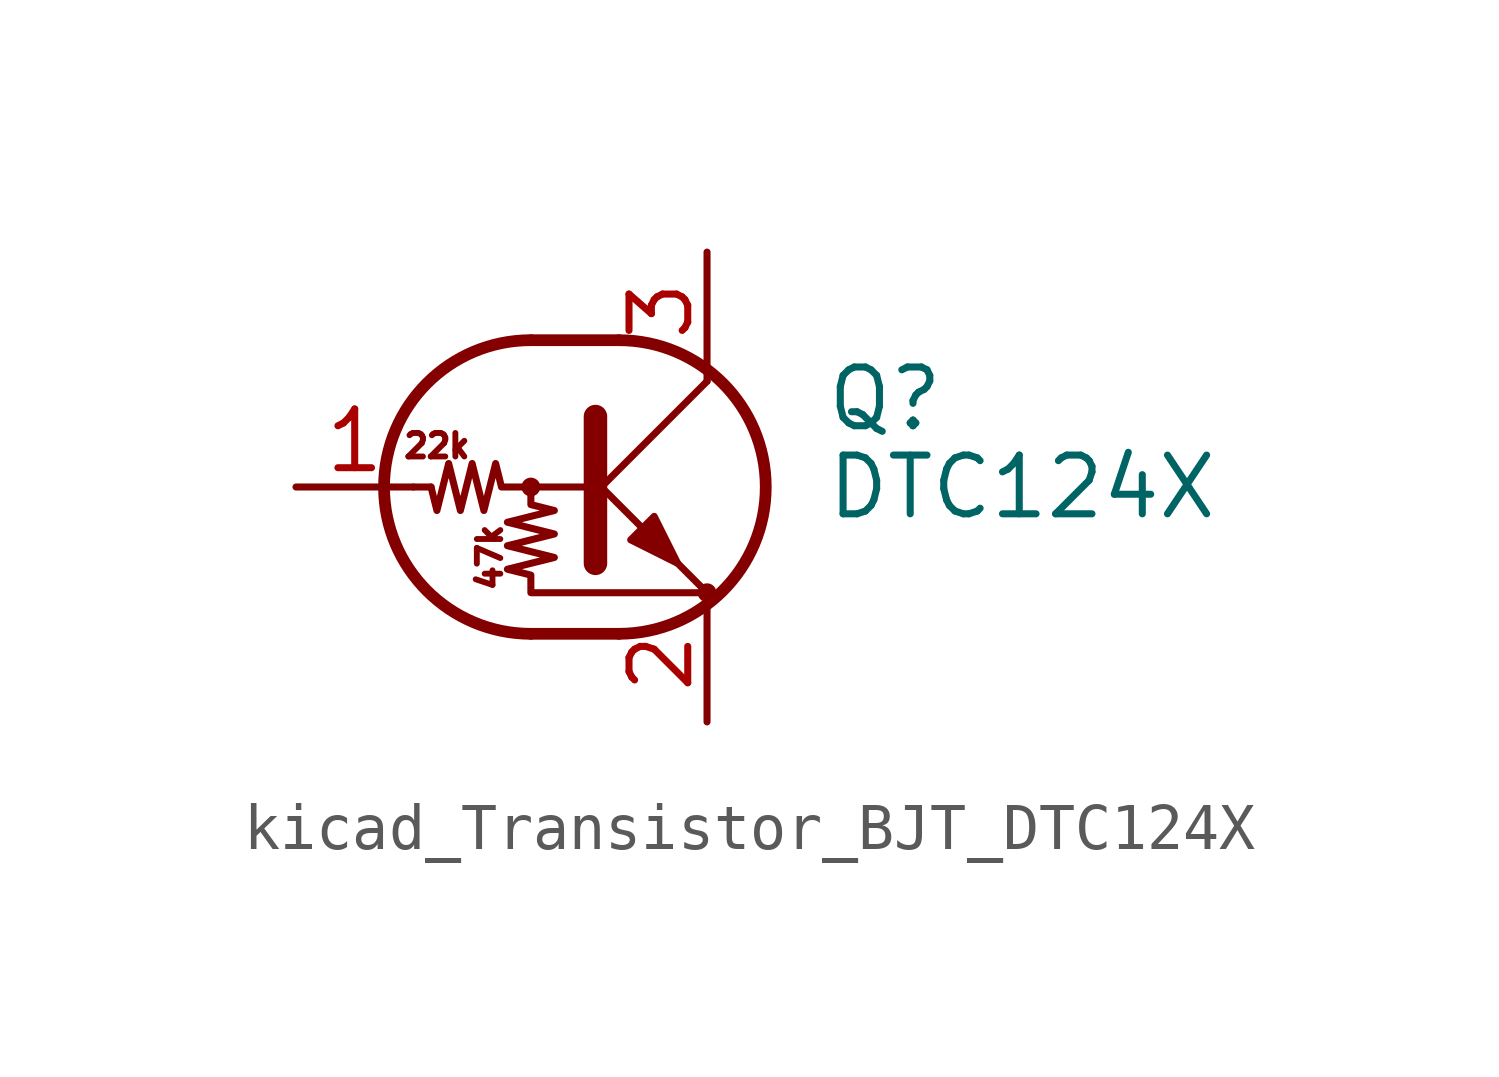
<source format=kicad_sym>
(kicad_symbol_lib
  (version 20220914)
  (generator kicad_symbol_editor)
  (symbol "kicad_Transistor_BJT_DTC124X"
    (pin_names
      (offset 0) hide)
    (property "Reference" "Q"
      (at 5.08 1.905 0)
      (effects (font (size 1.27 1.27)) (justify left)))
    (property "Value" "DTC124X"
      (at 5.08 0 0)
      (effects (font (size 1.27 1.27)) (justify left)))
    (symbol "kicad_Transistor_BJT_DTC124X_0_0"
      (text "22k" (at -3.302 0.889 0) (effects (font (size 0.508 0.508))))
      (text "47k" (at -2.159 -1.524 900) (effects (font (size 0.508 0.508)))))
    (symbol "kicad_Transistor_BJT_DTC124X_0_1"
      (circle (center -1.27 0) (radius 0.127) (stroke (width 0) (type default)) (fill (type none)))
      (arc (start -1.27 3.175) (mid -4.4312 0) (end -1.27 -3.175) (stroke (width 0.254) (type default)) (fill (type none)))
      (polyline (pts (xy -3.429 0) (xy -3.81 0)) (stroke (width 0) (type default)) (fill (type none)))
      (polyline (pts (xy -1.27 -3.175) (xy 0.635 -3.175)) (stroke (width 0.254) (type default)) (fill (type none)))
      (polyline (pts (xy -1.27 3.175) (xy 0.635 3.175)) (stroke (width 0.254) (type default)) (fill (type none)))
      (polyline (pts (xy 0 -0.254) (xy 2.54 2.286)) (stroke (width 0) (type default)) (fill (type none)))
      (polyline (pts (xy 0.127 1.524) (xy 0.127 -1.651)) (stroke (width 0.508) (type default)) (fill (type outline)))
      (polyline (pts (xy 2.54 2.286) (xy 2.54 2.54)) (stroke (width 0) (type default)) (fill (type none)))
      (polyline (pts (xy 2.54 -2.286) (xy 0 0.254) (xy 0 0.254)) (stroke (width 0) (type default)) (fill (type none)))
      (polyline (pts (xy 0.889 -1.143) (xy 1.397 -0.635) (xy 1.905 -1.651) (xy 0.889 -1.143)) (stroke (width 0) (type default)) (fill (type outline)))
      (polyline (pts (xy 0 0) (xy -1.905 0) (xy -2.032 0.508) (xy -2.286 -0.508) (xy -2.54 0.508) (xy -2.794 -0.508) (xy -3.048 0.508) (xy -3.302 -0.508) (xy -3.429 0)) (stroke (width 0) (type default)) (fill (type none)))
      (polyline (pts (xy -1.27 0) (xy -1.27 -0.381) (xy -0.762 -0.508) (xy -1.778 -0.762) (xy -0.762 -1.016) (xy -1.778 -1.27) (xy -0.762 -1.524) (xy -1.778 -1.778) (xy -1.27 -1.905) (xy -1.27 -2.286) (xy 2.54 -2.286)) (stroke (width 0) (type default)) (fill (type none)))
      (arc (start 0.635 -3.175) (mid 3.7962 0) (end 0.635 3.175) (stroke (width 0.254) (type default)) (fill (type none)))
      (circle (center 2.54 -2.286) (radius 0.127) (stroke (width 0) (type default)) (fill (type none))))
    (symbol "kicad_Transistor_BJT_DTC124X_1_1"
      (pin input line (at -6.35 0 0) (length 2.54) (name "B" (effects (font (size 1.27 1.27)))) (number "1" (effects (font (size 1.27 1.27)))))
      (pin passive line (at 2.54 -5.08 90) (length 2.54) (name "E" (effects (font (size 1.27 1.27)))) (number "2" (effects (font (size 1.27 1.27)))))
      (pin passive line (at 2.54 5.08 270) (length 2.54) (name "C" (effects (font (size 1.27 1.27)))) (number "3" (effects (font (size 1.27 1.27))))))))
</source>
